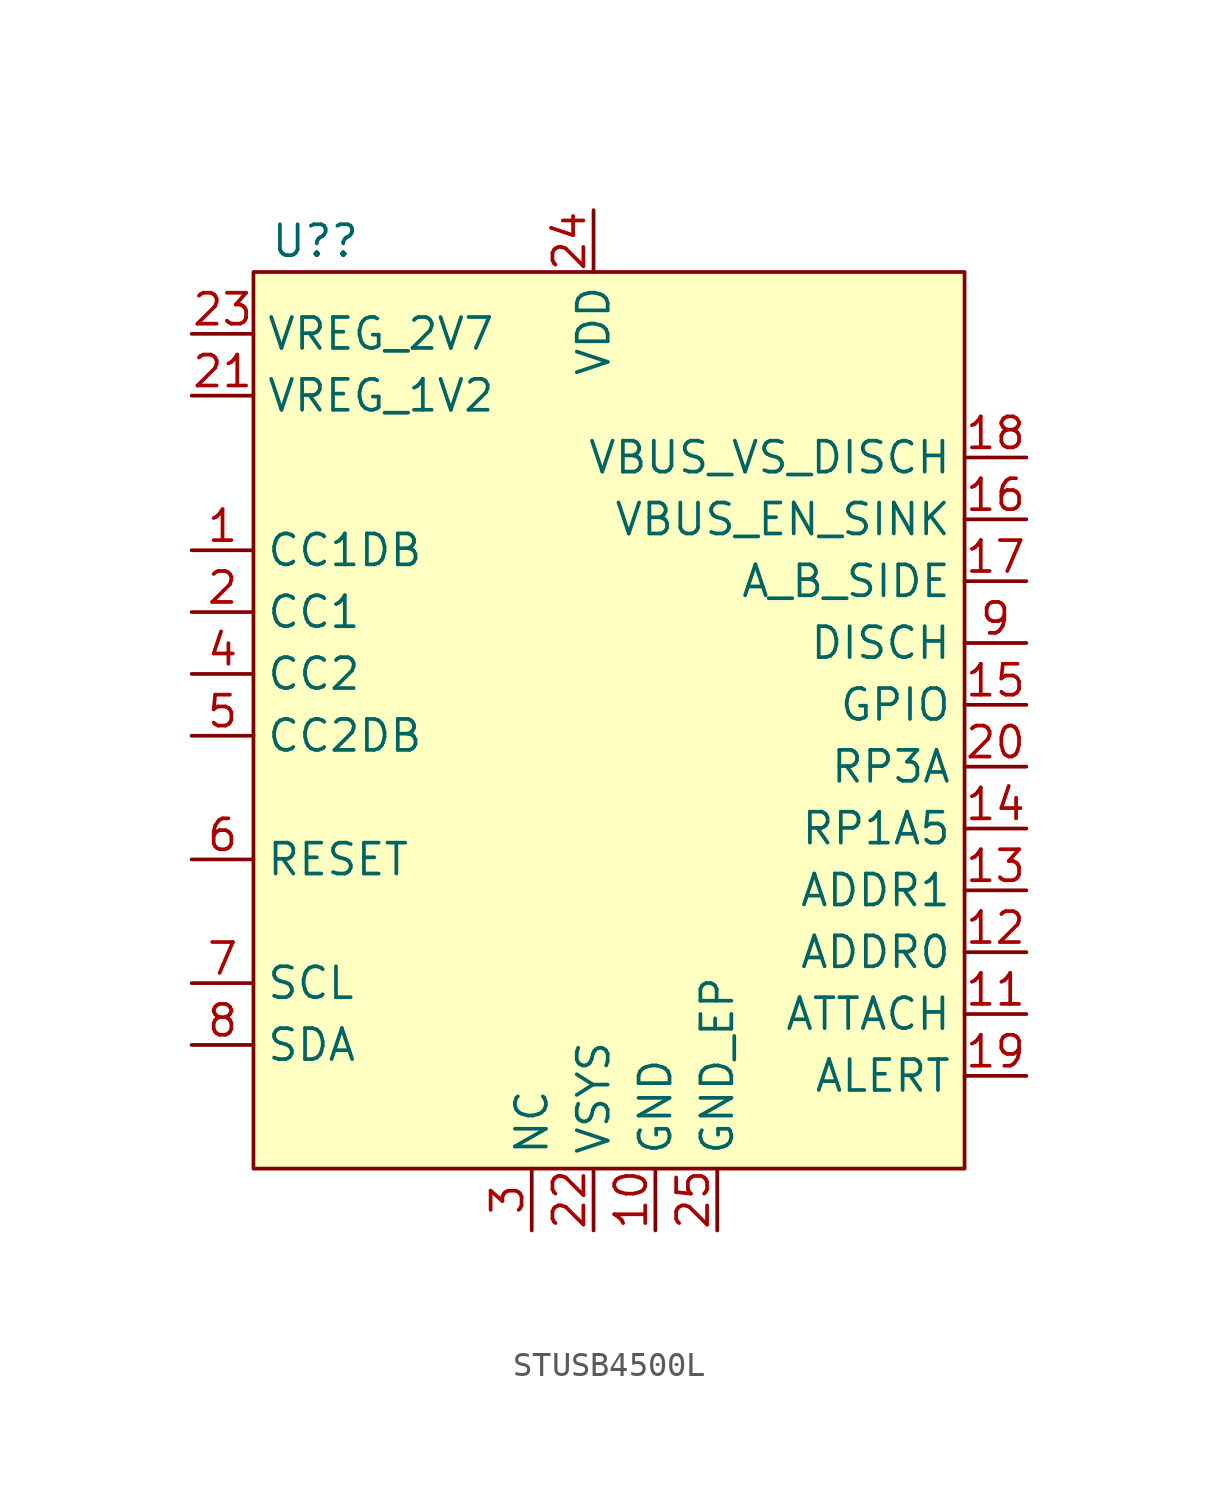
<source format=kicad_sym>
(kicad_symbol_lib
  (version 20220914)
  (generator kicad_symbol_editor)
  (symbol "STUSB4500L"
    (property "Reference" "U?"
      (at -12.7 5.08 0)
      (effects (font (size 1.27 1.27))))
    (property "Value" ""
      (at 0 3.81 0)
      (effects (font (size 1.27 1.27))))
    (symbol "STUSB4500L_1_1"
      (rectangle (start -15.24 3.81) (end 13.97 -33.02) (stroke (width 0) (type default)) (fill (type background)))
      (pin input line (at -17.78 -7.62 0) (length 2.54) (name "CC1DB" (effects (font (size 1.27 1.27)))) (number "1" (effects (font (size 1.27 1.27)))))
      (pin input line (at 1.27 -35.56 90) (length 2.54) (name "GND" (effects (font (size 1.27 1.27)))) (number "10" (effects (font (size 1.27 1.27)))))
      (pin input line (at 16.51 -26.67 180) (length 2.54) (name "ATTACH" (effects (font (size 1.27 1.27)))) (number "11" (effects (font (size 1.27 1.27)))))
      (pin input line (at 16.51 -24.13 180) (length 2.54) (name "ADDR0" (effects (font (size 1.27 1.27)))) (number "12" (effects (font (size 1.27 1.27)))))
      (pin input line (at 16.51 -21.59 180) (length 2.54) (name "ADDR1" (effects (font (size 1.27 1.27)))) (number "13" (effects (font (size 1.27 1.27)))))
      (pin input line (at 16.51 -19.05 180) (length 2.54) (name "RP1A5" (effects (font (size 1.27 1.27)))) (number "14" (effects (font (size 1.27 1.27)))))
      (pin input line (at 16.51 -13.97 180) (length 2.54) (name "GPIO" (effects (font (size 1.27 1.27)))) (number "15" (effects (font (size 1.27 1.27)))))
      (pin input line (at 16.51 -6.35 180) (length 2.54) (name "VBUS_EN_SINK" (effects (font (size 1.27 1.27)))) (number "16" (effects (font (size 1.27 1.27)))))
      (pin input line (at 16.51 -8.89 180) (length 2.54) (name "A_B_SIDE" (effects (font (size 1.27 1.27)))) (number "17" (effects (font (size 1.27 1.27)))))
      (pin input line (at 16.51 -3.81 180) (length 2.54) (name "VBUS_VS_DISCH" (effects (font (size 1.27 1.27)))) (number "18" (effects (font (size 1.27 1.27)))))
      (pin input line (at 16.51 -29.21 180) (length 2.54) (name "ALERT" (effects (font (size 1.27 1.27)))) (number "19" (effects (font (size 1.27 1.27)))))
      (pin input line (at -17.78 -10.16 0) (length 2.54) (name "CC1" (effects (font (size 1.27 1.27)))) (number "2" (effects (font (size 1.27 1.27)))))
      (pin input line (at 16.51 -16.51 180) (length 2.54) (name "RP3A" (effects (font (size 1.27 1.27)))) (number "20" (effects (font (size 1.27 1.27)))))
      (pin input line (at -17.78 -1.27 0) (length 2.54) (name "VREG_1V2" (effects (font (size 1.27 1.27)))) (number "21" (effects (font (size 1.27 1.27)))))
      (pin input line (at -1.27 -35.56 90) (length 2.54) (name "VSYS" (effects (font (size 1.27 1.27)))) (number "22" (effects (font (size 1.27 1.27)))))
      (pin input line (at -17.78 1.27 0) (length 2.54) (name "VREG_2V7" (effects (font (size 1.27 1.27)))) (number "23" (effects (font (size 1.27 1.27)))))
      (pin input line (at -1.27 6.35 270) (length 2.54) (name "VDD" (effects (font (size 1.27 1.27)))) (number "24" (effects (font (size 1.27 1.27)))))
      (pin input line (at 3.81 -35.56 90) (length 2.54) (name "GND_EP" (effects (font (size 1.27 1.27)))) (number "25" (effects (font (size 1.27 1.27)))))
      (pin input line (at -3.81 -35.56 90) (length 2.54) (name "NC" (effects (font (size 1.27 1.27)))) (number "3" (effects (font (size 1.27 1.27)))))
      (pin input line (at -17.78 -12.7 0) (length 2.54) (name "CC2" (effects (font (size 1.27 1.27)))) (number "4" (effects (font (size 1.27 1.27)))))
      (pin input line (at -17.78 -15.24 0) (length 2.54) (name "CC2DB" (effects (font (size 1.27 1.27)))) (number "5" (effects (font (size 1.27 1.27)))))
      (pin input line (at -17.78 -20.32 0) (length 2.54) (name "RESET" (effects (font (size 1.27 1.27)))) (number "6" (effects (font (size 1.27 1.27)))))
      (pin input line (at -17.78 -25.4 0) (length 2.54) (name "SCL" (effects (font (size 1.27 1.27)))) (number "7" (effects (font (size 1.27 1.27)))))
      (pin input line (at -17.78 -27.94 0) (length 2.54) (name "SDA" (effects (font (size 1.27 1.27)))) (number "8" (effects (font (size 1.27 1.27)))))
      (pin input line (at 16.51 -11.43 180) (length 2.54) (name "DISCH" (effects (font (size 1.27 1.27)))) (number "9" (effects (font (size 1.27 1.27))))))))
</source>
